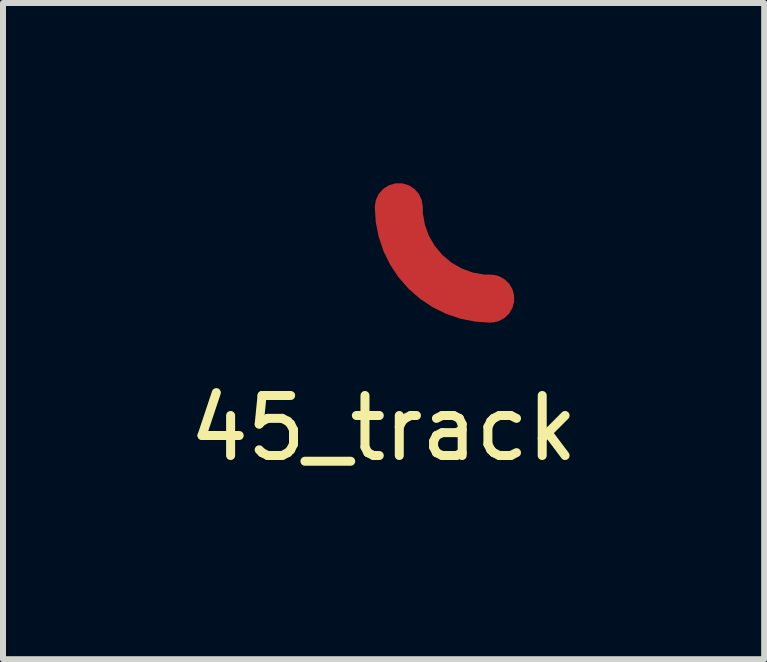
<source format=kicad_pcb>
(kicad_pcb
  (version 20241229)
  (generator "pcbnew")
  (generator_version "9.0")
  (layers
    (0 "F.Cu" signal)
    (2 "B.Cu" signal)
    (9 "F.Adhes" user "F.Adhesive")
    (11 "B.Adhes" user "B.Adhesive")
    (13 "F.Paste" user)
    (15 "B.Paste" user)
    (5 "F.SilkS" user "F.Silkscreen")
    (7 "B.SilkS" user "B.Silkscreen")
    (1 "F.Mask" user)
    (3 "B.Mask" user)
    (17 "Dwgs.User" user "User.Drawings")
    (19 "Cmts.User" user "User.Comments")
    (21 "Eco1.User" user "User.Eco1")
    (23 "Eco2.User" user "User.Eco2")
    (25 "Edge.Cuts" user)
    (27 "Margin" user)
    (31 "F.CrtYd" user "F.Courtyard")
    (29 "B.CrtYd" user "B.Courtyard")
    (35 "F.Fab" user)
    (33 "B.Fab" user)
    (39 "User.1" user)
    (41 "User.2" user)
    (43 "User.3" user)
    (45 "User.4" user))
  (footprint "45_track"
    (layer "F.Cu")
    (at 3.593 0.4)
    (property "Reference" "45_track" (at -0.254 3.683 0) (layer "F.SilkS") (effects (font (size 1 1) (thickness 0.15))))
    (attr through_hole)
    (pad "1" smd custom (at 1.524 1.524) (size 0.8 0.8) (layers "F.Cu") (options (anchor circle)) (primitives (gr_arc (start 0 0) (mid -1.077631 -0.446369) (end -1.524 -1.524) (width 0.8)))))
  (gr_rect
    (start -3 -3)
    (end 9.679 7.931)
    (stroke (width 0.1) (type default))
    (fill no)
    (layer "Edge.Cuts")))
</source>
